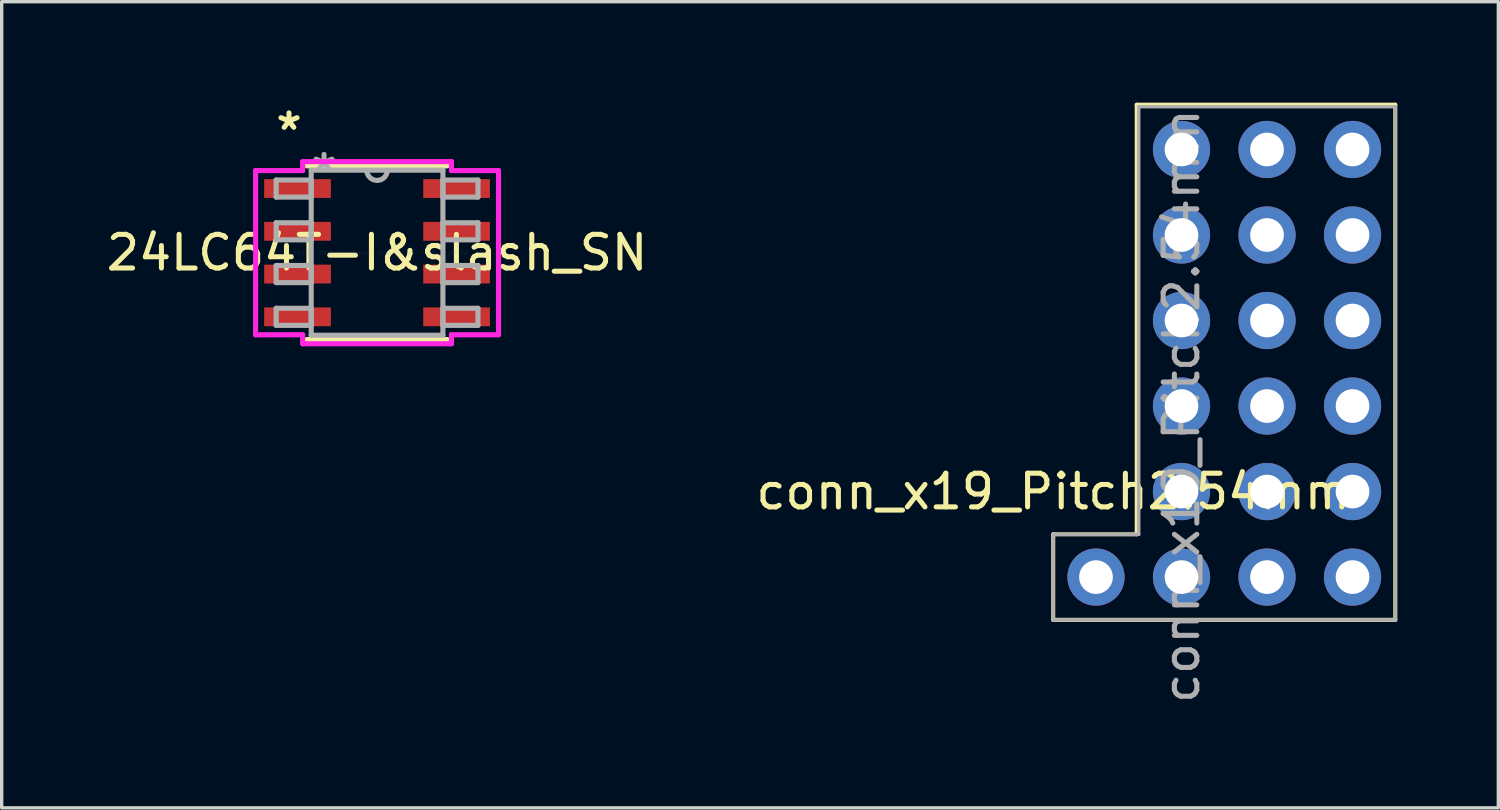
<source format=kicad_pcb>
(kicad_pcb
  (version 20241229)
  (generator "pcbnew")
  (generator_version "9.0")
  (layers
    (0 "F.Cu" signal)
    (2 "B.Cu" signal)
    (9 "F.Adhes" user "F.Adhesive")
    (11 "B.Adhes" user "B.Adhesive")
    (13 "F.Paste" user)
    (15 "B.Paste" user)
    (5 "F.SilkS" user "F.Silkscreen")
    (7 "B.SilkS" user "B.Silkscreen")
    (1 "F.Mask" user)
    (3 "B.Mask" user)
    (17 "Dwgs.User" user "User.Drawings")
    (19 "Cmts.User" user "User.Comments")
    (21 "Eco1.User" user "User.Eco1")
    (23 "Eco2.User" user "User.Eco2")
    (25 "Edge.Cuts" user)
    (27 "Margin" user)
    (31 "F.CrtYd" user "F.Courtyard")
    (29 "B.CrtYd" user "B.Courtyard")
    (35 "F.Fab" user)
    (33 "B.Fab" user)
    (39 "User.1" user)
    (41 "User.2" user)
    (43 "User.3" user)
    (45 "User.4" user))
  (footprint "24LC64T-I&slash_SN"
    (layer "F.Cu")
    (at 8.149 4.455)
    (property "Reference" "24LC64T-I&slash_SN" (at 0 0 0) (layer "F.SilkS") (effects (font (size 1 1) (thickness 0.15))))
    (attr through_hole)
    (fp_line (start -2.083 2.578) (end 2.083 2.578) (stroke (width 0.152) (type solid)) (layer "F.SilkS"))
    (fp_line (start 2.083 -2.578) (end -2.083 -2.578) (stroke (width 0.152) (type solid)) (layer "F.SilkS"))
    (fp_line (start -3.607 -2.438) (end -2.21 -2.438) (stroke (width 0.152) (type solid)) (layer "F.CrtYd"))
    (fp_line (start -3.607 2.438) (end -3.607 -2.438) (stroke (width 0.152) (type solid)) (layer "F.CrtYd"))
    (fp_line (start -2.21 -2.705) (end 2.21 -2.705) (stroke (width 0.152) (type solid)) (layer "F.CrtYd"))
    (fp_line (start -2.21 -2.438) (end -2.21 -2.705) (stroke (width 0.152) (type solid)) (layer "F.CrtYd"))
    (fp_line (start -2.21 2.438) (end -3.607 2.438) (stroke (width 0.152) (type solid)) (layer "F.CrtYd"))
    (fp_line (start -2.21 2.705) (end -2.21 2.438) (stroke (width 0.152) (type solid)) (layer "F.CrtYd"))
    (fp_line (start 2.21 -2.705) (end 2.21 -2.438) (stroke (width 0.152) (type solid)) (layer "F.CrtYd"))
    (fp_line (start 2.21 -2.438) (end 3.607 -2.438) (stroke (width 0.152) (type solid)) (layer "F.CrtYd"))
    (fp_line (start 2.21 2.438) (end 2.21 2.705) (stroke (width 0.152) (type solid)) (layer "F.CrtYd"))
    (fp_line (start 2.21 2.705) (end -2.21 2.705) (stroke (width 0.152) (type solid)) (layer "F.CrtYd"))
    (fp_line (start 3.607 -2.438) (end 3.607 2.438) (stroke (width 0.152) (type solid)) (layer "F.CrtYd"))
    (fp_line (start 3.607 2.438) (end 2.21 2.438) (stroke (width 0.152) (type solid)) (layer "F.CrtYd"))
    (fp_line (start -2.997 -2.159) (end -2.997 -1.651) (stroke (width 0.152) (type solid)) (layer "F.Fab"))
    (fp_line (start -2.997 -1.651) (end -1.956 -1.651) (stroke (width 0.152) (type solid)) (layer "F.Fab"))
    (fp_line (start -2.997 -0.889) (end -2.997 -0.381) (stroke (width 0.152) (type solid)) (layer "F.Fab"))
    (fp_line (start -2.997 -0.381) (end -1.956 -0.381) (stroke (width 0.152) (type solid)) (layer "F.Fab"))
    (fp_line (start -2.997 0.381) (end -2.997 0.889) (stroke (width 0.152) (type solid)) (layer "F.Fab"))
    (fp_line (start -2.997 0.889) (end -1.956 0.889) (stroke (width 0.152) (type solid)) (layer "F.Fab"))
    (fp_line (start -2.997 1.651) (end -2.997 2.159) (stroke (width 0.152) (type solid)) (layer "F.Fab"))
    (fp_line (start -2.997 2.159) (end -1.956 2.159) (stroke (width 0.152) (type solid)) (layer "F.Fab"))
    (fp_line (start -1.956 -2.451) (end -1.956 2.451) (stroke (width 0.152) (type solid)) (layer "F.Fab"))
    (fp_line (start -1.956 -2.159) (end -2.997 -2.159) (stroke (width 0.152) (type solid)) (layer "F.Fab"))
    (fp_line (start -1.956 -1.651) (end -1.956 -2.159) (stroke (width 0.152) (type solid)) (layer "F.Fab"))
    (fp_line (start -1.956 -0.889) (end -2.997 -0.889) (stroke (width 0.152) (type solid)) (layer "F.Fab"))
    (fp_line (start -1.956 -0.381) (end -1.956 -0.889) (stroke (width 0.152) (type solid)) (layer "F.Fab"))
    (fp_line (start -1.956 0.381) (end -2.997 0.381) (stroke (width 0.152) (type solid)) (layer "F.Fab"))
    (fp_line (start -1.956 0.889) (end -1.956 0.381) (stroke (width 0.152) (type solid)) (layer "F.Fab"))
    (fp_line (start -1.956 1.651) (end -2.997 1.651) (stroke (width 0.152) (type solid)) (layer "F.Fab"))
    (fp_line (start -1.956 2.159) (end -1.956 1.651) (stroke (width 0.152) (type solid)) (layer "F.Fab"))
    (fp_line (start -1.956 2.451) (end 1.956 2.451) (stroke (width 0.152) (type solid)) (layer "F.Fab"))
    (fp_line (start 1.956 -2.451) (end -1.956 -2.451) (stroke (width 0.152) (type solid)) (layer "F.Fab"))
    (fp_line (start 1.956 -2.159) (end 1.956 -1.651) (stroke (width 0.152) (type solid)) (layer "F.Fab"))
    (fp_line (start 1.956 -1.651) (end 2.997 -1.651) (stroke (width 0.152) (type solid)) (layer "F.Fab"))
    (fp_line (start 1.956 -0.889) (end 1.956 -0.381) (stroke (width 0.152) (type solid)) (layer "F.Fab"))
    (fp_line (start 1.956 -0.381) (end 2.997 -0.381) (stroke (width 0.152) (type solid)) (layer "F.Fab"))
    (fp_line (start 1.956 0.381) (end 1.956 0.889) (stroke (width 0.152) (type solid)) (layer "F.Fab"))
    (fp_line (start 1.956 0.889) (end 2.997 0.889) (stroke (width 0.152) (type solid)) (layer "F.Fab"))
    (fp_line (start 1.956 1.651) (end 1.956 2.159) (stroke (width 0.152) (type solid)) (layer "F.Fab"))
    (fp_line (start 1.956 2.159) (end 2.997 2.159) (stroke (width 0.152) (type solid)) (layer "F.Fab"))
    (fp_line (start 1.956 2.451) (end 1.956 -2.451) (stroke (width 0.152) (type solid)) (layer "F.Fab"))
    (fp_line (start 2.997 -2.159) (end 1.956 -2.159) (stroke (width 0.152) (type solid)) (layer "F.Fab"))
    (fp_line (start 2.997 -1.651) (end 2.997 -2.159) (stroke (width 0.152) (type solid)) (layer "F.Fab"))
    (fp_line (start 2.997 -0.889) (end 1.956 -0.889) (stroke (width 0.152) (type solid)) (layer "F.Fab"))
    (fp_line (start 2.997 -0.381) (end 2.997 -0.889) (stroke (width 0.152) (type solid)) (layer "F.Fab"))
    (fp_line (start 2.997 0.381) (end 1.956 0.381) (stroke (width 0.152) (type solid)) (layer "F.Fab"))
    (fp_line (start 2.997 0.889) (end 2.997 0.381) (stroke (width 0.152) (type solid)) (layer "F.Fab"))
    (fp_line (start 2.997 1.651) (end 1.956 1.651) (stroke (width 0.152) (type solid)) (layer "F.Fab"))
    (fp_line (start 2.997 2.159) (end 2.997 1.651) (stroke (width 0.152) (type solid)) (layer "F.Fab"))
    (fp_arc (start 0.3048 -2.4511) (mid 0 -2.1463) (end -0.3048 -2.4511) (stroke (width 0.1524) (type solid)) (layer "F.Fab"))
    (fp_text user "*" (at -2.616 -3.607 0) (layer "F.SilkS") (effects (font (size 1 1) (thickness 0.15))))
    (fp_text user "Copyright 2016 Accelerated Designs. All rights reserved." (at 0 0 0) (layer "Cmts.User") (effects (font (size 0.127 0.127) (thickness 0.002))))
    (fp_text user "*" (at -1.575 -2.375 0) (layer "F.Fab") (effects (font (size 1 1) (thickness 0.15))))
    (pad "1" smd rect (at -2.362 -1.905) (size 1.981 0.559) (layers "F.Cu" "F.Mask" "F.Paste"))
    (pad "2" smd rect (at -2.362 -0.635) (size 1.981 0.559) (layers "F.Cu" "F.Mask" "F.Paste"))
    (pad "3" smd rect (at -2.362 0.635) (size 1.981 0.559) (layers "F.Cu" "F.Mask" "F.Paste"))
    (pad "4" smd rect (at -2.362 1.905) (size 1.981 0.559) (layers "F.Cu" "F.Mask" "F.Paste"))
    (pad "5" smd rect (at 2.362 1.905) (size 1.981 0.559) (layers "F.Cu" "F.Mask" "F.Paste"))
    (pad "6" smd rect (at 2.362 0.635) (size 1.981 0.559) (layers "F.Cu" "F.Mask" "F.Paste"))
    (pad "7" smd rect (at 2.362 -0.635) (size 1.981 0.559) (layers "F.Cu" "F.Mask" "F.Paste"))
    (pad "8" smd rect (at 2.362 -1.905) (size 1.981 0.559) (layers "F.Cu" "F.Mask" "F.Paste")))
  (footprint "conn_x19_Pitch2.54mm"
    (layer "F.Cu")
    (at 28.232 15.36)
    (property "Reference" "conn_x19_Pitch2.54mm" (at 0 -3.81 180) (layer "F.SilkS") (effects (font (size 1 1) (thickness 0.15))))
    (attr through_hole)
    (fp_line (start 0 -2.54) (end 0 0) (stroke (width 0.12) (type solid)) (layer "F.SilkS"))
    (fp_line (start 2.48 -2.54) (end 0 -2.54) (stroke (width 0.12) (type solid)) (layer "F.SilkS"))
    (fp_line (start 2.48 -2.54) (end 2.48 -15.3) (stroke (width 0.12) (type solid)) (layer "F.SilkS"))
    (fp_line (start 10.16 -15.3) (end 2.48 -15.3) (stroke (width 0.12) (type solid)) (layer "F.SilkS"))
    (fp_line (start 10.16 0) (end 0 0) (stroke (width 0.12) (type solid)) (layer "F.SilkS"))
    (fp_line (start 10.16 0) (end 10.16 -15.3) (stroke (width 0.12) (type solid)) (layer "F.SilkS"))
    (fp_line (start 0 -2.54) (end 0 0) (stroke (width 0.1) (type solid)) (layer "F.Fab"))
    (fp_line (start 2.54 -15.24) (end 10.16 -15.24) (stroke (width 0.1) (type solid)) (layer "F.Fab"))
    (fp_line (start 2.54 -2.54) (end 0 -2.54) (stroke (width 0.1) (type solid)) (layer "F.Fab"))
    (fp_line (start 2.54 -2.54) (end 2.54 -15.24) (stroke (width 0.1) (type solid)) (layer "F.Fab"))
    (fp_line (start 10.16 -15.24) (end 10.16 0) (stroke (width 0.1) (type solid)) (layer "F.Fab"))
    (fp_line (start 10.16 0) (end 0 0) (stroke (width 0.1) (type solid)) (layer "F.Fab"))
    (fp_text user "${REFERENCE}" (at 3.81 -6.35 270) (layer "F.Fab") (effects (font (size 1 1) (thickness 0.15))))
    (pad "1" thru_hole oval (at 1.27 -1.27 180) (size 1.7 1.7) (drill 1) (layers "*.Cu" "*.Mask"))
    (pad "2" thru_hole oval (at 3.81 -1.27 180) (size 1.7 1.7) (drill 1) (layers "*.Cu" "*.Mask"))
    (pad "3" thru_hole oval (at 3.81 -3.81 180) (size 1.7 1.7) (drill 1) (layers "*.Cu" "*.Mask"))
    (pad "4" thru_hole oval (at 3.81 -6.35 180) (size 1.7 1.7) (drill 1) (layers "*.Cu" "*.Mask"))
    (pad "5" thru_hole oval (at 3.81 -8.89 180) (size 1.7 1.7) (drill 1) (layers "*.Cu" "*.Mask"))
    (pad "6" thru_hole oval (at 3.81 -11.43 180) (size 1.7 1.7) (drill 1) (layers "*.Cu" "*.Mask"))
    (pad "7" thru_hole oval (at 3.81 -13.97 180) (size 1.7 1.7) (drill 1) (layers "*.Cu" "*.Mask"))
    (pad "8" thru_hole oval (at 6.35 -1.27 180) (size 1.7 1.7) (drill 1) (layers "*.Cu" "*.Mask"))
    (pad "9" thru_hole oval (at 6.35 -3.81 180) (size 1.7 1.7) (drill 1) (layers "*.Cu" "*.Mask"))
    (pad "10" thru_hole oval (at 6.35 -6.35 180) (size 1.7 1.7) (drill 1) (layers "*.Cu" "*.Mask"))
    (pad "11" thru_hole oval (at 6.35 -8.89 180) (size 1.7 1.7) (drill 1) (layers "*.Cu" "*.Mask"))
    (pad "12" thru_hole oval (at 6.35 -11.43 180) (size 1.7 1.7) (drill 1) (layers "*.Cu" "*.Mask"))
    (pad "13" thru_hole oval (at 6.35 -13.97 180) (size 1.7 1.7) (drill 1) (layers "*.Cu" "*.Mask"))
    (pad "14" thru_hole oval (at 8.89 -1.27 180) (size 1.7 1.7) (drill 1) (layers "*.Cu" "*.Mask"))
    (pad "15" thru_hole oval (at 8.89 -3.81 180) (size 1.7 1.7) (drill 1) (layers "*.Cu" "*.Mask"))
    (pad "16" thru_hole oval (at 8.89 -6.35 180) (size 1.7 1.7) (drill 1) (layers "*.Cu" "*.Mask"))
    (pad "17" thru_hole oval (at 8.89 -8.89 180) (size 1.7 1.7) (drill 1) (layers "*.Cu" "*.Mask"))
    (pad "18" thru_hole oval (at 8.89 -11.43 180) (size 1.7 1.7) (drill 1) (layers "*.Cu" "*.Mask"))
    (pad "19" thru_hole oval (at 8.89 -13.97 180) (size 1.7 1.7) (drill 1) (layers "*.Cu" "*.Mask")))
  (gr_rect
    (start -3 -3)
    (end 41.452 20.945)
    (stroke (width 0.1) (type default))
    (fill no)
    (layer "Edge.Cuts")))
</source>
